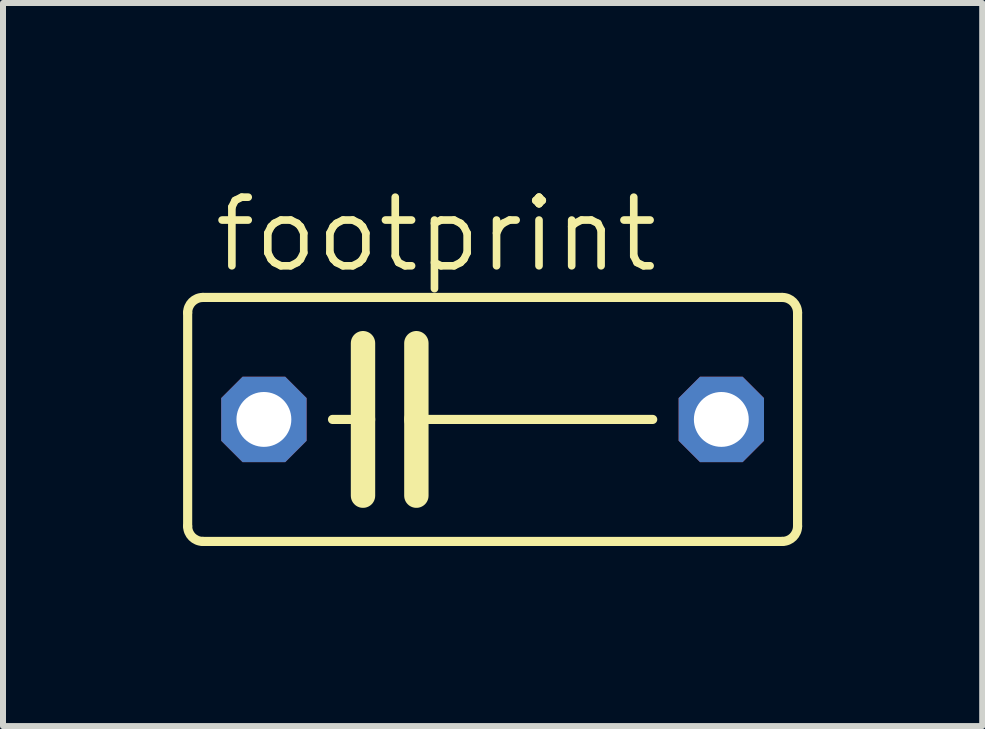
<source format=kicad_pcb>
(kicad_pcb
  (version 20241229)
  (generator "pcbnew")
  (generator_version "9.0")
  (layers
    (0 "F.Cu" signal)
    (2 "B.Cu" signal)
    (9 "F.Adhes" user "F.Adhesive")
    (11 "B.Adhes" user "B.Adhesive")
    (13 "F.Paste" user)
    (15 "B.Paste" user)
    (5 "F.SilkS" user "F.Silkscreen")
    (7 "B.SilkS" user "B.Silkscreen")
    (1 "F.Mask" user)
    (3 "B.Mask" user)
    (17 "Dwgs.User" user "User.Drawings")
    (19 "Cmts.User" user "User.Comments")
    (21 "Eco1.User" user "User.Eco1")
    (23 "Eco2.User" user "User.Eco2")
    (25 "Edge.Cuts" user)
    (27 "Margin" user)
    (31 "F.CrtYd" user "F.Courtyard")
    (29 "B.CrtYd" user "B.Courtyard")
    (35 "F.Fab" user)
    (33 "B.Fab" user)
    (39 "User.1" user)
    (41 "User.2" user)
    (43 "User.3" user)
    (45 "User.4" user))
  (footprint "footprint"
    (layer "F.Cu")
    (at 5.156 3.937)
    (property "Reference" "footprint" (at -4.699 -2.413 0) (layer "F.SilkS") (effects (font (size 1.143 1.143) (thickness 0.127)) (justify left bottom)))
    (fp_line (start -5.08 -1.778) (end -5.08 1.778) (stroke (width 0.152) (type solid)) (layer "F.SilkS"))
    (fp_line (start -4.826 2.032) (end 4.826 2.032) (stroke (width 0.152) (type solid)) (layer "F.SilkS"))
    (fp_line (start -2.667 0) (end -2.159 0) (stroke (width 0.152) (type solid)) (layer "F.SilkS"))
    (fp_line (start -2.159 -1.27) (end -2.159 0) (stroke (width 0.406) (type solid)) (layer "F.SilkS"))
    (fp_line (start -2.159 0) (end -2.159 1.27) (stroke (width 0.406) (type solid)) (layer "F.SilkS"))
    (fp_line (start -1.27 -1.27) (end -1.27 0) (stroke (width 0.406) (type solid)) (layer "F.SilkS"))
    (fp_line (start -1.27 0) (end -1.27 1.27) (stroke (width 0.406) (type solid)) (layer "F.SilkS"))
    (fp_line (start -1.27 0) (end 2.667 0) (stroke (width 0.152) (type solid)) (layer "F.SilkS"))
    (fp_line (start 4.826 -2.032) (end -4.826 -2.032) (stroke (width 0.152) (type solid)) (layer "F.SilkS"))
    (fp_line (start 5.08 1.778) (end 5.08 -1.778) (stroke (width 0.152) (type solid)) (layer "F.SilkS"))
    (fp_arc (start -5.08 -1.778) (mid -5.005605 -1.957605) (end -4.826 -2.032) (stroke (width 0.1524) (type solid)) (layer "F.SilkS"))
    (fp_arc (start -4.826 2.032) (mid -5.005605 1.957605) (end -5.08 1.778) (stroke (width 0.1524) (type solid)) (layer "F.SilkS"))
    (fp_arc (start 4.826 -2.032) (mid 5.005605 -1.957605) (end 5.08 -1.778) (stroke (width 0.1524) (type solid)) (layer "F.SilkS"))
    (fp_arc (start 5.08 1.778) (mid 5.005605 1.957605) (end 4.826 2.032) (stroke (width 0.1524) (type solid)) (layer "F.SilkS"))
    (pad "1" thru_hole roundrect (at -3.81 0) (size 1.422 1.422) (drill 0.914) (layers "*.Cu" "*.Mask") (roundrect_rratio 0.25) (chamfer_ratio 0.25) (chamfer top_left top_right bottom_left bottom_right))
    (pad "2" thru_hole roundrect (at 3.81 0) (size 1.422 1.422) (drill 0.914) (layers "*.Cu" "*.Mask") (roundrect_rratio 0.25) (chamfer_ratio 0.25) (chamfer top_left top_right bottom_left bottom_right)))
  (gr_rect
    (start -3 -3)
    (end 13.312 9.045)
    (stroke (width 0.1) (type default))
    (fill no)
    (layer "Edge.Cuts")))
</source>
